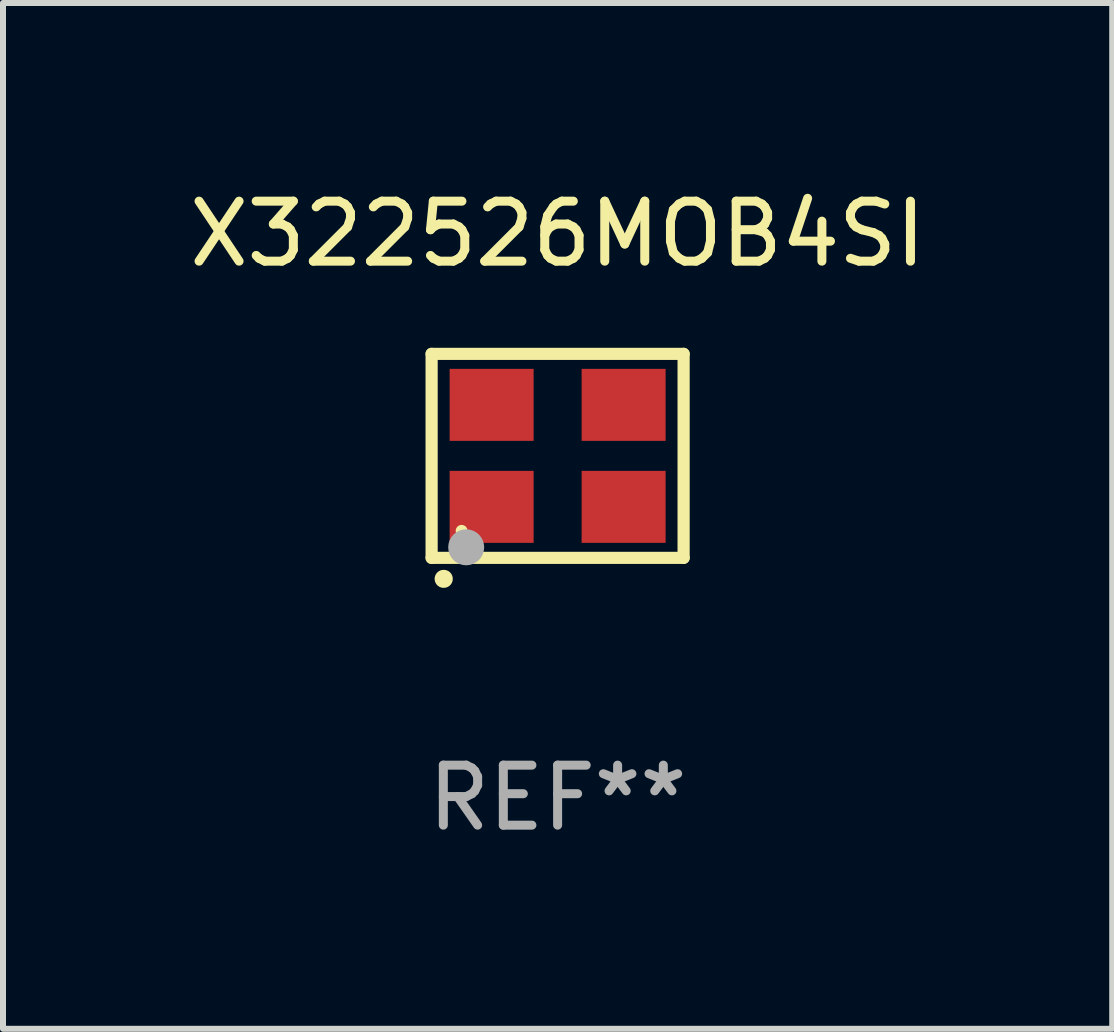
<source format=kicad_pcb>
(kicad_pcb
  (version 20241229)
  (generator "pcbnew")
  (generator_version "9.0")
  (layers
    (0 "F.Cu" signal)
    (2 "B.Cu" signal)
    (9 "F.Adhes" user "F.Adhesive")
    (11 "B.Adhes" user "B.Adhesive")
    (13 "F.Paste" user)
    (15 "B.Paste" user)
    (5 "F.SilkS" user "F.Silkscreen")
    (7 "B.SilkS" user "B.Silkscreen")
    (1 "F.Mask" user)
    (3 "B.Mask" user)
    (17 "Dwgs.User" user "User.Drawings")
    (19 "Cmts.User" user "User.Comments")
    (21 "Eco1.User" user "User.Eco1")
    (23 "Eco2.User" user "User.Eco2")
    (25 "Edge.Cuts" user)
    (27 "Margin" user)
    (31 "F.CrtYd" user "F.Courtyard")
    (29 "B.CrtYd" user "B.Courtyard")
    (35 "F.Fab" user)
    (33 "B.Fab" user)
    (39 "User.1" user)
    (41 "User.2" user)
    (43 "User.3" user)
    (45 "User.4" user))
  (footprint "X322526MOB4SI"
    (layer "F.Cu")
    (at 6.244 4.548)
    (property "Reference" "X322526MOB4SI" (at 0 -3.7 0) (layer "F.SilkS") (effects (font (size 1 1) (thickness 0.15))))
    (attr through_hole)
    (fp_line (start -2.1 -1.7) (end -2.1 1.7) (stroke (width 0.203) (type solid)) (layer "F.SilkS"))
    (fp_line (start -2.1 1.7) (end 2.1 1.7) (stroke (width 0.203) (type solid)) (layer "F.SilkS"))
    (fp_line (start 2.1 -1.7) (end -2.1 -1.7) (stroke (width 0.203) (type solid)) (layer "F.SilkS"))
    (fp_line (start 2.1 1.7) (end 2.1 -1.7) (stroke (width 0.203) (type solid)) (layer "F.SilkS"))
    (fp_arc (start -1.899924 2.049784) (mid -1.898654 2.049779) (end -1.897384 2.049784) (stroke (width 0.3) (type solid)) (layer "F.SilkS"))
    (fp_circle (center -1.6 1.25) (end -1.55 1.25) (stroke (width 0.1) (type solid)) (fill no) (layer "F.SilkS"))
    (fp_circle (center -1.524 1.524) (end -1.374 1.524) (stroke (width 0.3) (type solid)) (fill no) (layer "F.Fab"))
    (fp_text user "REF**" (at 0 5.7 0) (layer "F.Fab") (effects (font (size 1 1) (thickness 0.15))))
    (pad "1" smd rect (at -1.1 0.85) (size 1.4 1.2) (layers "F.Cu" "F.Mask" "F.Paste"))
    (pad "2" smd rect (at 1.1 0.85) (size 1.4 1.2) (layers "F.Cu" "F.Mask" "F.Paste"))
    (pad "3" smd rect (at 1.1 -0.85) (size 1.4 1.2) (layers "F.Cu" "F.Mask" "F.Paste"))
    (pad "4" smd rect (at -1.1 -0.85) (size 1.4 1.2) (layers "F.Cu" "F.Mask" "F.Paste")))
  (gr_rect
    (start -3 -3)
    (end 15.488 14.097)
    (stroke (width 0.1) (type default))
    (fill no)
    (layer "Edge.Cuts")))
</source>
